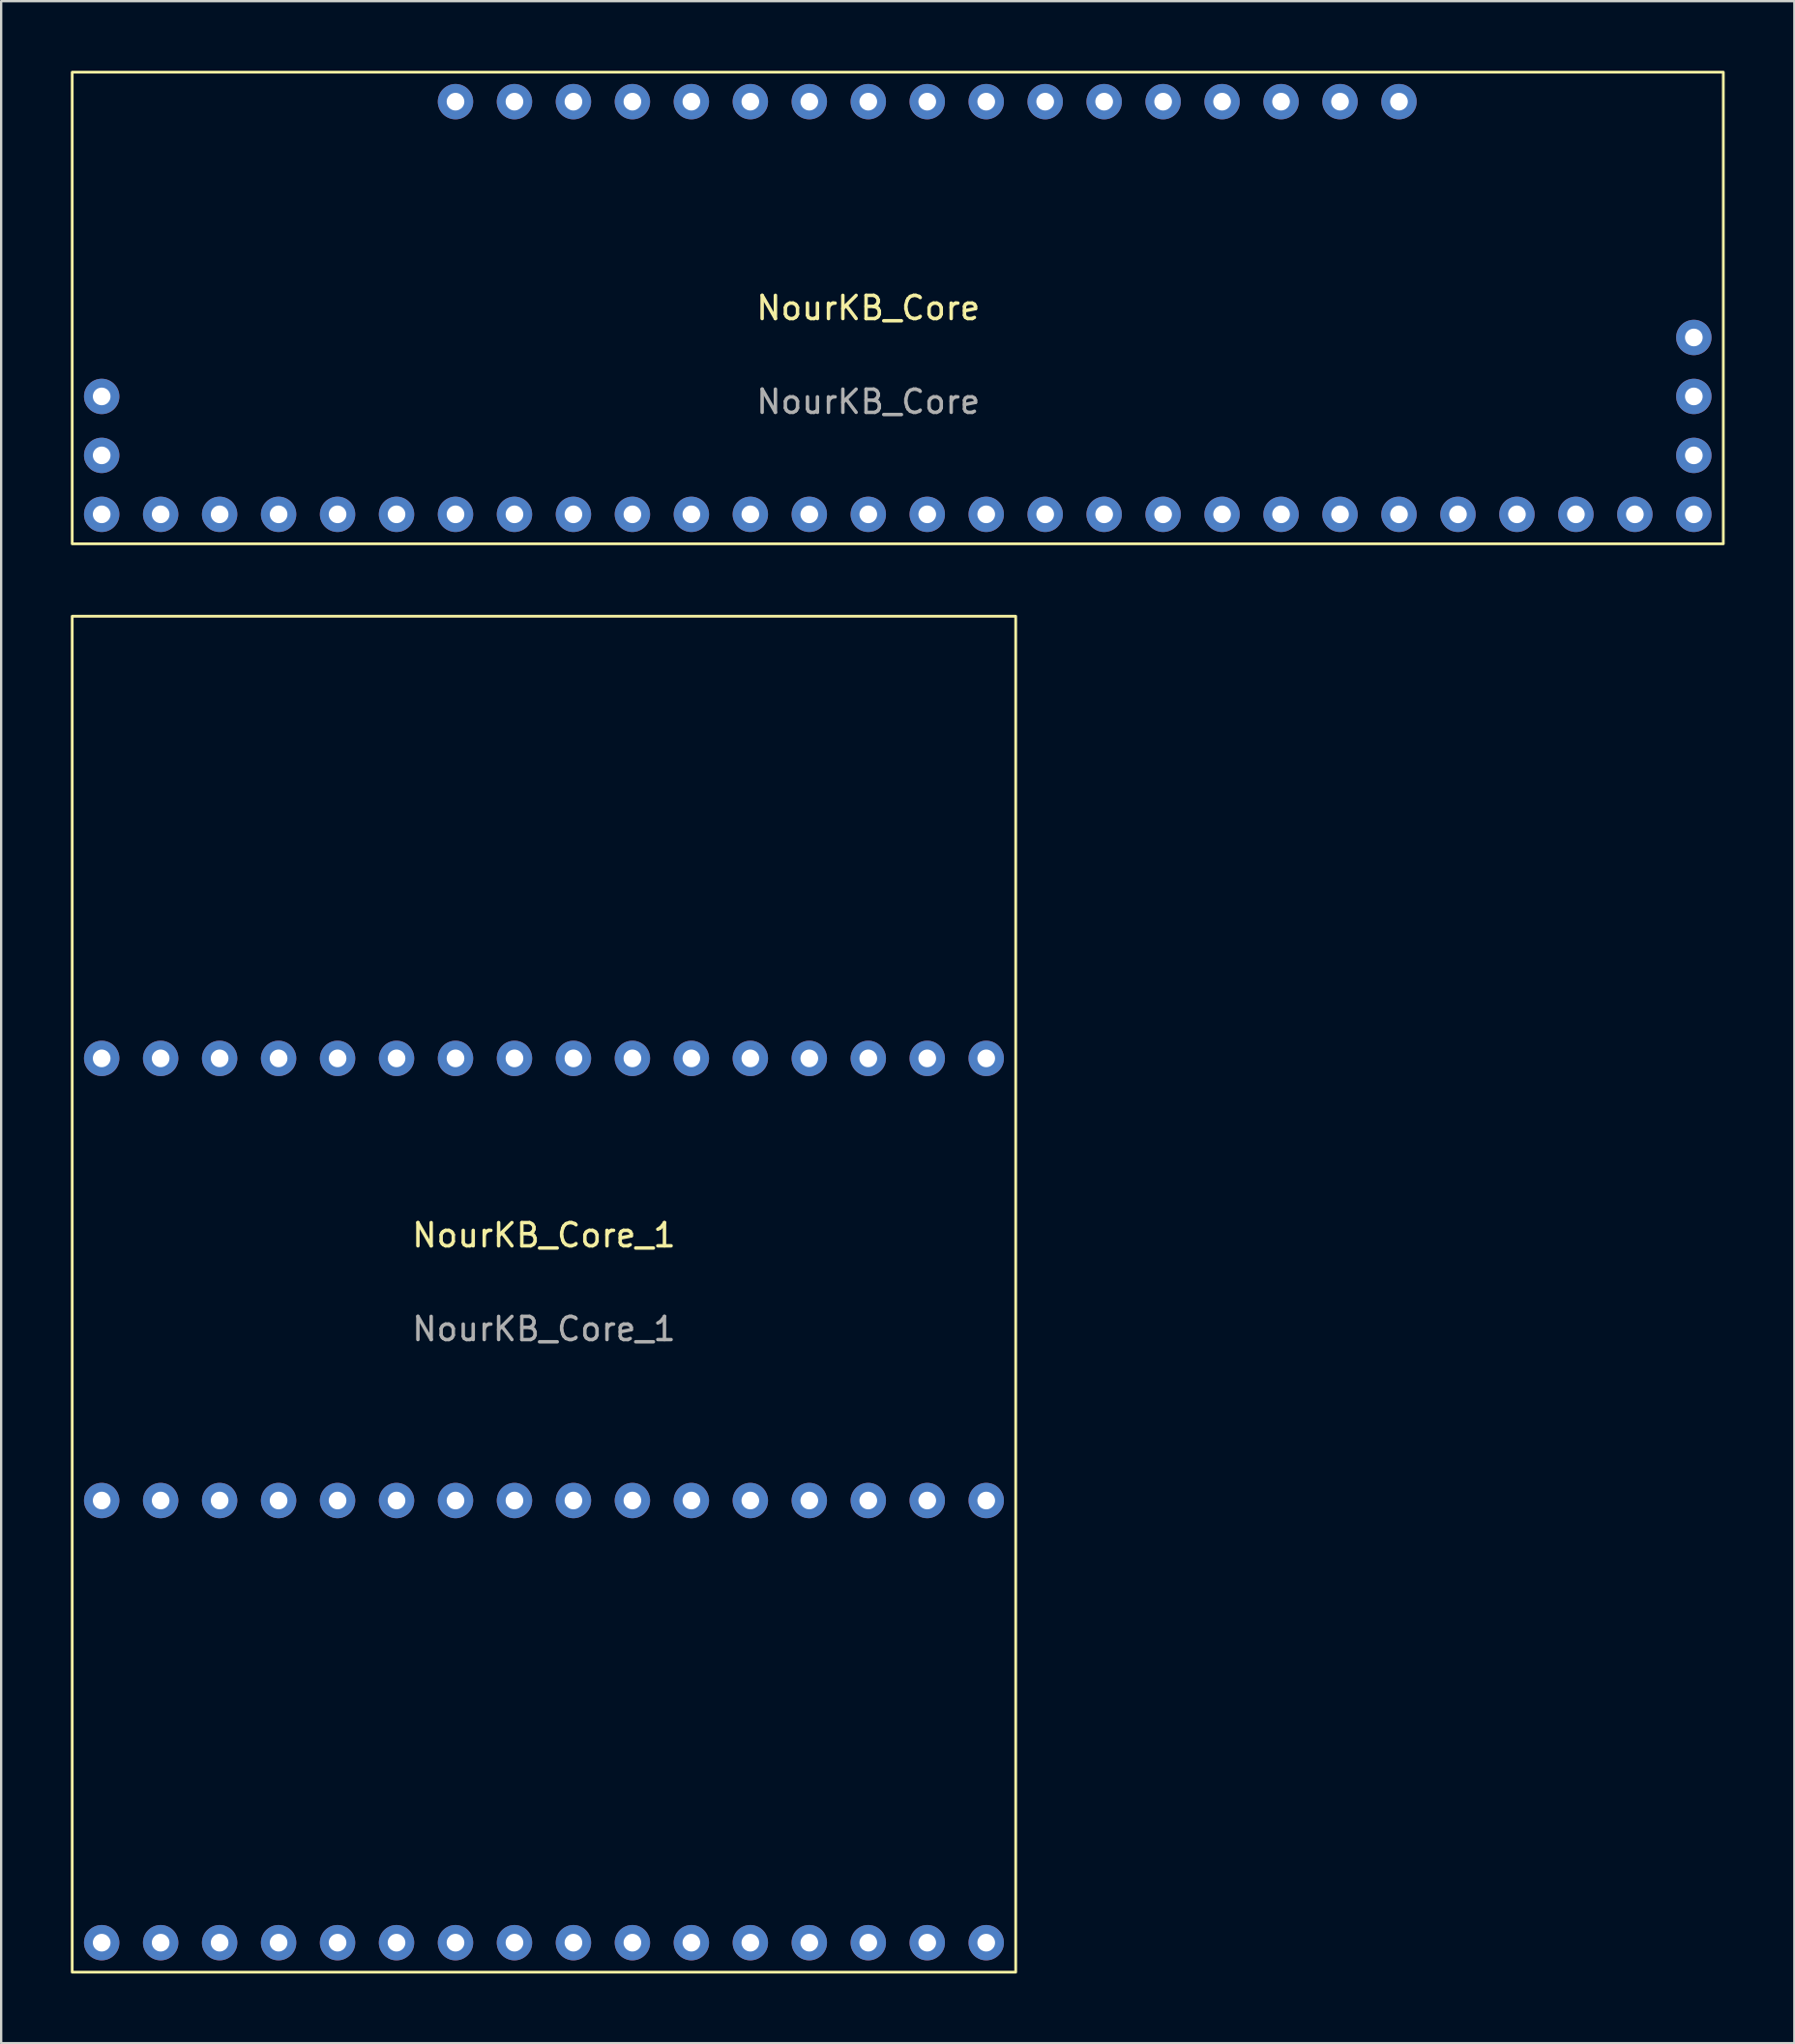
<source format=kicad_pcb>
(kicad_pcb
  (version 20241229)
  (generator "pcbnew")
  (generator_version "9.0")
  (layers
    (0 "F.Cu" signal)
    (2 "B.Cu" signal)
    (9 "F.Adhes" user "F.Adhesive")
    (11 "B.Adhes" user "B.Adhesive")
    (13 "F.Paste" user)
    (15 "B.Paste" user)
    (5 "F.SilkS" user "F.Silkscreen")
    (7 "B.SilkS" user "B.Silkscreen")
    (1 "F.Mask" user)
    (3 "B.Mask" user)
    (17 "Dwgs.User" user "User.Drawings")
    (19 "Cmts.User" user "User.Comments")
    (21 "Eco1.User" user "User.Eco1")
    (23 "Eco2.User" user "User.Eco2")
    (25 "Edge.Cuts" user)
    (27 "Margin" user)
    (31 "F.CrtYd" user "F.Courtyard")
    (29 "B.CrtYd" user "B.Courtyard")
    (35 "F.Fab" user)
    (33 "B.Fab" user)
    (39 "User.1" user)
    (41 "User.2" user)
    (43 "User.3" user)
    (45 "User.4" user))
  (footprint "NourKB_Core_1"
    (layer "F.Cu")
    (at 20.38 51.44)
    (property "Reference" "NourKB_Core_1" (at 0 -1.27 0) (unlocked yes) (layer "F.SilkS") (effects (font (size 1 1) (thickness 0.15))))
    (attr through_hole)
    (fp_rect (start -20.32 -27.94) (end 20.32 30.48) (stroke (width 0.12) (type solid)) (fill no) (layer "F.SilkS"))
    (fp_text user "${REFERENCE}" (at 0 2.77 0) (unlocked yes) (layer "F.Fab") (effects (font (size 1 1) (thickness 0.15))))
    (pad "1" thru_hole circle (at -19.05 10.16) (size 1.524 1.524) (drill 0.762) (layers "*.Cu" "*.Mask"))
    (pad "2" thru_hole circle (at -16.51 10.16) (size 1.524 1.524) (drill 0.762) (layers "*.Cu" "*.Mask"))
    (pad "3" thru_hole circle (at -13.97 10.16) (size 1.524 1.524) (drill 0.762) (layers "*.Cu" "*.Mask"))
    (pad "4" thru_hole circle (at -11.43 10.16) (size 1.524 1.524) (drill 0.762) (layers "*.Cu" "*.Mask"))
    (pad "5" thru_hole circle (at -8.89 10.16) (size 1.524 1.524) (drill 0.762) (layers "*.Cu" "*.Mask"))
    (pad "6" thru_hole circle (at -6.35 10.16) (size 1.524 1.524) (drill 0.762) (layers "*.Cu" "*.Mask"))
    (pad "7" thru_hole circle (at -3.81 10.16) (size 1.524 1.524) (drill 0.762) (layers "*.Cu" "*.Mask"))
    (pad "8" thru_hole circle (at -1.27 10.16) (size 1.524 1.524) (drill 0.762) (layers "*.Cu" "*.Mask"))
    (pad "9" thru_hole circle (at 1.27 10.16) (size 1.524 1.524) (drill 0.762) (layers "*.Cu" "*.Mask"))
    (pad "10" thru_hole circle (at 3.81 10.16) (size 1.524 1.524) (drill 0.762) (layers "*.Cu" "*.Mask"))
    (pad "11" thru_hole circle (at 6.35 10.16) (size 1.524 1.524) (drill 0.762) (layers "*.Cu" "*.Mask"))
    (pad "12" thru_hole circle (at 8.89 10.16) (size 1.524 1.524) (drill 0.762) (layers "*.Cu" "*.Mask"))
    (pad "13" thru_hole circle (at 11.43 10.16) (size 1.524 1.524) (drill 0.762) (layers "*.Cu" "*.Mask"))
    (pad "14" thru_hole circle (at 13.97 10.16) (size 1.524 1.524) (drill 0.762) (layers "*.Cu" "*.Mask"))
    (pad "15" thru_hole circle (at 16.51 10.16) (size 1.524 1.524) (drill 0.762) (layers "*.Cu" "*.Mask"))
    (pad "16" thru_hole circle (at 19.05 10.16) (size 1.524 1.524) (drill 0.762) (layers "*.Cu" "*.Mask"))
    (pad "17" thru_hole circle (at 19.05 29.21) (size 1.524 1.524) (drill 0.762) (layers "*.Cu" "*.Mask"))
    (pad "18" thru_hole circle (at 16.51 29.21) (size 1.524 1.524) (drill 0.762) (layers "*.Cu" "*.Mask"))
    (pad "19" thru_hole circle (at 13.97 29.21) (size 1.524 1.524) (drill 0.762) (layers "*.Cu" "*.Mask"))
    (pad "20" thru_hole circle (at 11.43 29.21) (size 1.524 1.524) (drill 0.762) (layers "*.Cu" "*.Mask"))
    (pad "21" thru_hole circle (at 8.89 29.21) (size 1.524 1.524) (drill 0.762) (layers "*.Cu" "*.Mask"))
    (pad "22" thru_hole circle (at 6.35 29.21) (size 1.524 1.524) (drill 0.762) (layers "*.Cu" "*.Mask"))
    (pad "23" thru_hole circle (at 19.05 -8.89) (size 1.524 1.524) (drill 0.762) (layers "*.Cu" "*.Mask"))
    (pad "24" thru_hole circle (at 16.51 -8.89) (size 1.524 1.524) (drill 0.762) (layers "*.Cu" "*.Mask"))
    (pad "25" thru_hole circle (at 13.97 -8.89) (size 1.524 1.524) (drill 0.762) (layers "*.Cu" "*.Mask"))
    (pad "26" thru_hole circle (at 11.43 -8.89) (size 1.524 1.524) (drill 0.762) (layers "*.Cu" "*.Mask"))
    (pad "27" thru_hole circle (at 8.89 -8.89) (size 1.524 1.524) (drill 0.762) (layers "*.Cu" "*.Mask"))
    (pad "28" thru_hole circle (at 6.35 -8.89) (size 1.524 1.524) (drill 0.762) (layers "*.Cu" "*.Mask"))
    (pad "29" thru_hole circle (at 3.81 -8.89) (size 1.524 1.524) (drill 0.762) (layers "*.Cu" "*.Mask"))
    (pad "30" thru_hole circle (at 1.27 -8.89) (size 1.524 1.524) (drill 0.762) (layers "*.Cu" "*.Mask"))
    (pad "31" thru_hole circle (at -1.27 -8.89) (size 1.524 1.524) (drill 0.762) (layers "*.Cu" "*.Mask"))
    (pad "32" thru_hole circle (at -3.81 -8.89) (size 1.524 1.524) (drill 0.762) (layers "*.Cu" "*.Mask"))
    (pad "33" thru_hole circle (at -6.35 -8.89) (size 1.524 1.524) (drill 0.762) (layers "*.Cu" "*.Mask"))
    (pad "34" thru_hole circle (at 3.81 29.21) (size 1.524 1.524) (drill 0.762) (layers "*.Cu" "*.Mask"))
    (pad "35" thru_hole circle (at 1.27 29.21) (size 1.524 1.524) (drill 0.762) (layers "*.Cu" "*.Mask"))
    (pad "36" thru_hole circle (at -1.27 29.21) (size 1.524 1.524) (drill 0.762) (layers "*.Cu" "*.Mask"))
    (pad "37" thru_hole circle (at -3.81 29.21) (size 1.524 1.524) (drill 0.762) (layers "*.Cu" "*.Mask"))
    (pad "38" thru_hole circle (at -6.35 29.21) (size 1.524 1.524) (drill 0.762) (layers "*.Cu" "*.Mask"))
    (pad "39" thru_hole circle (at -8.89 29.21) (size 1.524 1.524) (drill 0.762) (layers "*.Cu" "*.Mask"))
    (pad "40" thru_hole circle (at -11.43 29.21) (size 1.524 1.524) (drill 0.762) (layers "*.Cu" "*.Mask"))
    (pad "41" thru_hole circle (at -13.97 29.21) (size 1.524 1.524) (drill 0.762) (layers "*.Cu" "*.Mask"))
    (pad "42" thru_hole circle (at -16.51 29.21) (size 1.524 1.524) (drill 0.762) (layers "*.Cu" "*.Mask"))
    (pad "43" thru_hole circle (at -19.05 29.21) (size 1.524 1.524) (drill 0.762) (layers "*.Cu" "*.Mask"))
    (pad "44" thru_hole circle (at -8.89 -8.89) (size 1.524 1.524) (drill 0.762) (layers "*.Cu" "*.Mask"))
    (pad "45" thru_hole circle (at -11.43 -8.89) (size 1.524 1.524) (drill 0.762) (layers "*.Cu" "*.Mask"))
    (pad "46" thru_hole circle (at -13.97 -8.89) (size 1.524 1.524) (drill 0.762) (layers "*.Cu" "*.Mask"))
    (pad "47" thru_hole circle (at -16.51 -8.89) (size 1.524 1.524) (drill 0.762) (layers "*.Cu" "*.Mask"))
    (pad "48" thru_hole circle (at -19.05 -8.89) (size 1.524 1.524) (drill 0.762) (layers "*.Cu" "*.Mask")))
  (footprint "NourKB_Core"
    (layer "F.Cu")
    (at 34.35 10.22)
    (property "Reference" "NourKB_Core" (at 0 0 0) (unlocked yes) (layer "F.SilkS") (effects (font (size 1 1) (thickness 0.15))))
    (attr through_hole)
    (fp_rect (start -34.29 -10.16) (end 36.83 10.16) (stroke (width 0.12) (type solid)) (fill no) (layer "F.SilkS"))
    (fp_text user "${REFERENCE}" (at 0 4.04 0) (unlocked yes) (layer "F.Fab") (effects (font (size 1 1) (thickness 0.15))))
    (pad "1" thru_hole circle (at -33.02 8.89) (size 1.524 1.524) (drill 0.762) (layers "*.Cu" "*.Mask"))
    (pad "2" thru_hole circle (at -30.48 8.89) (size 1.524 1.524) (drill 0.762) (layers "*.Cu" "*.Mask"))
    (pad "3" thru_hole circle (at -27.94 8.89) (size 1.524 1.524) (drill 0.762) (layers "*.Cu" "*.Mask"))
    (pad "4" thru_hole circle (at -25.4 8.89) (size 1.524 1.524) (drill 0.762) (layers "*.Cu" "*.Mask"))
    (pad "5" thru_hole circle (at -22.86 8.89) (size 1.524 1.524) (drill 0.762) (layers "*.Cu" "*.Mask"))
    (pad "6" thru_hole circle (at -20.32 8.89) (size 1.524 1.524) (drill 0.762) (layers "*.Cu" "*.Mask"))
    (pad "7" thru_hole circle (at -17.78 8.89) (size 1.524 1.524) (drill 0.762) (layers "*.Cu" "*.Mask"))
    (pad "8" thru_hole circle (at -15.24 8.89) (size 1.524 1.524) (drill 0.762) (layers "*.Cu" "*.Mask"))
    (pad "9" thru_hole circle (at -12.7 8.89) (size 1.524 1.524) (drill 0.762) (layers "*.Cu" "*.Mask"))
    (pad "10" thru_hole circle (at -10.16 8.89) (size 1.524 1.524) (drill 0.762) (layers "*.Cu" "*.Mask"))
    (pad "11" thru_hole circle (at -7.62 8.89) (size 1.524 1.524) (drill 0.762) (layers "*.Cu" "*.Mask"))
    (pad "12" thru_hole circle (at -5.08 8.89) (size 1.524 1.524) (drill 0.762) (layers "*.Cu" "*.Mask"))
    (pad "13" thru_hole circle (at -2.54 8.89) (size 1.524 1.524) (drill 0.762) (layers "*.Cu" "*.Mask"))
    (pad "14" thru_hole circle (at 0 8.89) (size 1.524 1.524) (drill 0.762) (layers "*.Cu" "*.Mask"))
    (pad "15" thru_hole circle (at 2.54 8.89) (size 1.524 1.524) (drill 0.762) (layers "*.Cu" "*.Mask"))
    (pad "16" thru_hole circle (at 5.08 8.89) (size 1.524 1.524) (drill 0.762) (layers "*.Cu" "*.Mask"))
    (pad "17" thru_hole circle (at 7.62 8.89) (size 1.524 1.524) (drill 0.762) (layers "*.Cu" "*.Mask"))
    (pad "18" thru_hole circle (at 10.16 8.89) (size 1.524 1.524) (drill 0.762) (layers "*.Cu" "*.Mask"))
    (pad "19" thru_hole circle (at 12.7 8.89) (size 1.524 1.524) (drill 0.762) (layers "*.Cu" "*.Mask"))
    (pad "20" thru_hole circle (at 15.24 8.89) (size 1.524 1.524) (drill 0.762) (layers "*.Cu" "*.Mask"))
    (pad "21" thru_hole circle (at 17.78 8.89) (size 1.524 1.524) (drill 0.762) (layers "*.Cu" "*.Mask"))
    (pad "22" thru_hole circle (at 20.32 8.89) (size 1.524 1.524) (drill 0.762) (layers "*.Cu" "*.Mask"))
    (pad "23" thru_hole circle (at 22.86 8.89) (size 1.524 1.524) (drill 0.762) (layers "*.Cu" "*.Mask"))
    (pad "24" thru_hole circle (at 25.4 8.89) (size 1.524 1.524) (drill 0.762) (layers "*.Cu" "*.Mask"))
    (pad "25" thru_hole circle (at 27.94 8.89) (size 1.524 1.524) (drill 0.762) (layers "*.Cu" "*.Mask"))
    (pad "26" thru_hole circle (at 30.48 8.89) (size 1.524 1.524) (drill 0.762) (layers "*.Cu" "*.Mask"))
    (pad "27" thru_hole circle (at 33.02 8.89) (size 1.524 1.524) (drill 0.762) (layers "*.Cu" "*.Mask"))
    (pad "28" thru_hole circle (at 35.56 8.89) (size 1.524 1.524) (drill 0.762) (layers "*.Cu" "*.Mask"))
    (pad "29" thru_hole circle (at 22.86 -8.89) (size 1.524 1.524) (drill 0.762) (layers "*.Cu" "*.Mask"))
    (pad "30" thru_hole circle (at 20.32 -8.89) (size 1.524 1.524) (drill 0.762) (layers "*.Cu" "*.Mask"))
    (pad "31" thru_hole circle (at 17.78 -8.89) (size 1.524 1.524) (drill 0.762) (layers "*.Cu" "*.Mask"))
    (pad "32" thru_hole circle (at 15.24 -8.89) (size 1.524 1.524) (drill 0.762) (layers "*.Cu" "*.Mask"))
    (pad "33" thru_hole circle (at 12.7 -8.89) (size 1.524 1.524) (drill 0.762) (layers "*.Cu" "*.Mask"))
    (pad "34" thru_hole circle (at 10.16 -8.89) (size 1.524 1.524) (drill 0.762) (layers "*.Cu" "*.Mask"))
    (pad "35" thru_hole circle (at 7.62 -8.89) (size 1.524 1.524) (drill 0.762) (layers "*.Cu" "*.Mask"))
    (pad "36" thru_hole circle (at 5.08 -8.89) (size 1.524 1.524) (drill 0.762) (layers "*.Cu" "*.Mask"))
    (pad "37" thru_hole circle (at 2.54 -8.89) (size 1.524 1.524) (drill 0.762) (layers "*.Cu" "*.Mask"))
    (pad "38" thru_hole circle (at 0 -8.89) (size 1.524 1.524) (drill 0.762) (layers "*.Cu" "*.Mask"))
    (pad "39" thru_hole circle (at -2.54 -8.89) (size 1.524 1.524) (drill 0.762) (layers "*.Cu" "*.Mask"))
    (pad "40" thru_hole circle (at -5.08 -8.89) (size 1.524 1.524) (drill 0.762) (layers "*.Cu" "*.Mask"))
    (pad "41" thru_hole circle (at -7.62 -8.89) (size 1.524 1.524) (drill 0.762) (layers "*.Cu" "*.Mask"))
    (pad "42" thru_hole circle (at -10.16 -8.89) (size 1.524 1.524) (drill 0.762) (layers "*.Cu" "*.Mask"))
    (pad "43" thru_hole circle (at -12.7 -8.89) (size 1.524 1.524) (drill 0.762) (layers "*.Cu" "*.Mask"))
    (pad "44" thru_hole circle (at -15.24 -8.89) (size 1.524 1.524) (drill 0.762) (layers "*.Cu" "*.Mask"))
    (pad "45" thru_hole circle (at -17.78 -8.89) (size 1.524 1.524) (drill 0.762) (layers "*.Cu" "*.Mask"))
    (pad "46" thru_hole circle (at -33.02 3.81) (size 1.524 1.524) (drill 0.762) (layers "*.Cu" "*.Mask"))
    (pad "47" thru_hole circle (at -33.02 6.35) (size 1.524 1.524) (drill 0.762) (layers "*.Cu" "*.Mask"))
    (pad "48" thru_hole circle (at 35.56 6.35) (size 1.524 1.524) (drill 0.762) (layers "*.Cu" "*.Mask"))
    (pad "49" thru_hole circle (at 35.56 3.81) (size 1.524 1.524) (drill 0.762) (layers "*.Cu" "*.Mask"))
    (pad "50" thru_hole circle (at 35.56 1.27) (size 1.524 1.524) (drill 0.762) (layers "*.Cu" "*.Mask")))
  (gr_rect
    (start -3 -3)
    (end 74.24 84.98)
    (stroke (width 0.1) (type default))
    (fill no)
    (layer "Edge.Cuts")))
</source>
